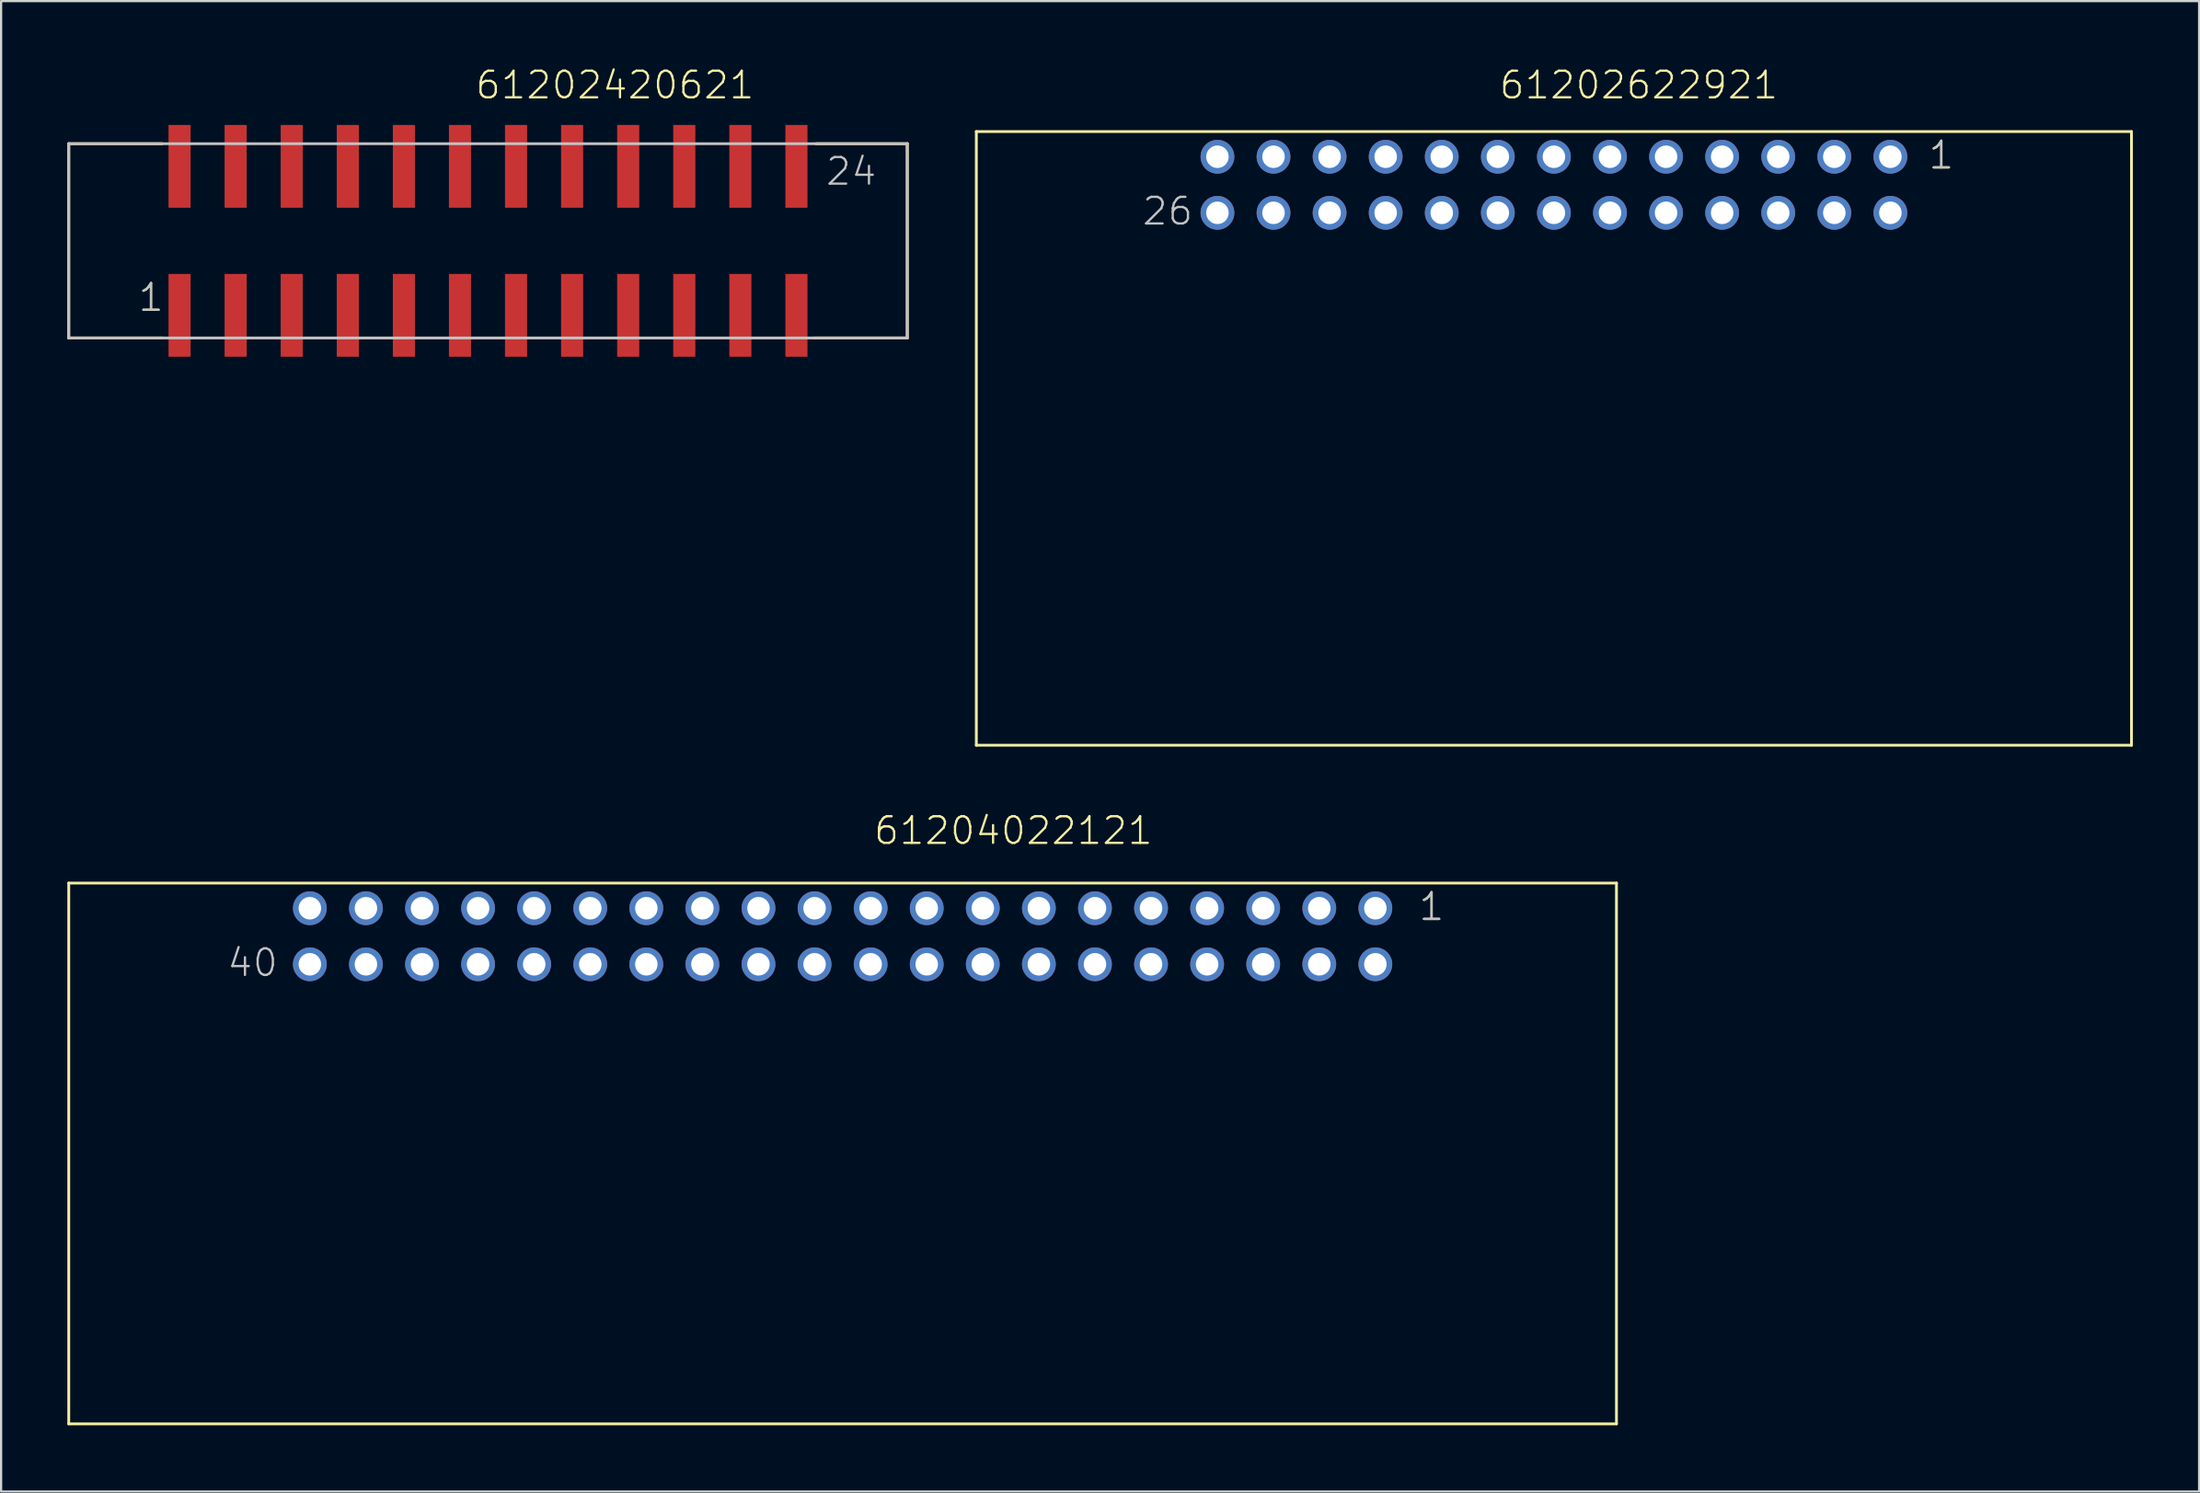
<source format=kicad_pcb>
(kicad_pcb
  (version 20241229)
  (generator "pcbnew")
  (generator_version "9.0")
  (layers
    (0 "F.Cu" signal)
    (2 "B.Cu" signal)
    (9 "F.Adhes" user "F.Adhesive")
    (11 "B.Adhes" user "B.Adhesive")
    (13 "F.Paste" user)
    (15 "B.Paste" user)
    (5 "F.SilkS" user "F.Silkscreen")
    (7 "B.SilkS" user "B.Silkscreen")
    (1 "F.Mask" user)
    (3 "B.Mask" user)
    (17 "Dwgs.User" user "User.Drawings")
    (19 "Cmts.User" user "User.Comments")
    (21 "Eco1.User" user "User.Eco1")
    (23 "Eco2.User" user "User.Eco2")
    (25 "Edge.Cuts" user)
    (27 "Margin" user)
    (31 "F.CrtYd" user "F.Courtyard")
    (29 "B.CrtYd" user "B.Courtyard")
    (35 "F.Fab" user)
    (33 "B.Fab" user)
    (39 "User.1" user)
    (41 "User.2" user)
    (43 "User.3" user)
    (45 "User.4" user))
  (footprint "61204022121"
    (layer "F.Cu")
    (at 35.114 39.366)
    (property "Reference" "61204022121" (at 1.35 -4.08 0) (layer "F.SilkS") (effects (font (size 1.206 1.206) (thickness 0.102)) (justify left bottom)))
    (attr through_hole)
    (fp_line (start -35.05 -2.41) (end -35.05 22.09) (stroke (width 0.127) (type solid)) (layer "F.SilkS"))
    (fp_line (start -35.05 -2.41) (end 35.05 -2.41) (stroke (width 0.127) (type solid)) (layer "F.SilkS"))
    (fp_line (start -35.05 22.09) (end 35.05 22.09) (stroke (width 0.127) (type solid)) (layer "F.SilkS"))
    (fp_line (start 35.05 -2.41) (end 35.05 22.09) (stroke (width 0.127) (type solid)) (layer "F.SilkS"))
    (fp_text user "1" (at 26.035 -0.635 0) (layer "F.SilkS") (effects (font (size 1.206 1.206) (thickness 0.102)) (justify left bottom)))
    (fp_text user "1" (at 26.035 -0.635 0) (layer "Dwgs.User") (effects (font (size 1.206 1.206) (thickness 0.102)) (justify left bottom)))
    (fp_text user "40" (at -27.94 1.905 0) (layer "Dwgs.User") (effects (font (size 1.206 1.206) (thickness 0.102)) (justify left bottom)))
    (pad "1" thru_hole circle (at 24.13 -1.27) (size 1.53 1.53) (drill 1.02) (layers "*.Cu" "*.Mask"))
    (pad "2" thru_hole circle (at 24.13 1.27) (size 1.53 1.53) (drill 1.02) (layers "*.Cu" "*.Mask"))
    (pad "3" thru_hole circle (at 21.59 -1.27) (size 1.53 1.53) (drill 1.02) (layers "*.Cu" "*.Mask"))
    (pad "4" thru_hole circle (at 21.59 1.27) (size 1.53 1.53) (drill 1.02) (layers "*.Cu" "*.Mask"))
    (pad "5" thru_hole circle (at 19.05 -1.27) (size 1.53 1.53) (drill 1.02) (layers "*.Cu" "*.Mask"))
    (pad "6" thru_hole circle (at 19.05 1.27) (size 1.53 1.53) (drill 1.02) (layers "*.Cu" "*.Mask"))
    (pad "7" thru_hole circle (at 16.51 -1.27) (size 1.53 1.53) (drill 1.02) (layers "*.Cu" "*.Mask"))
    (pad "8" thru_hole circle (at 16.51 1.27) (size 1.53 1.53) (drill 1.02) (layers "*.Cu" "*.Mask"))
    (pad "9" thru_hole circle (at 13.97 -1.27) (size 1.53 1.53) (drill 1.02) (layers "*.Cu" "*.Mask"))
    (pad "10" thru_hole circle (at 13.97 1.27) (size 1.53 1.53) (drill 1.02) (layers "*.Cu" "*.Mask"))
    (pad "11" thru_hole circle (at 11.43 -1.27) (size 1.53 1.53) (drill 1.02) (layers "*.Cu" "*.Mask"))
    (pad "12" thru_hole circle (at 11.43 1.27) (size 1.53 1.53) (drill 1.02) (layers "*.Cu" "*.Mask"))
    (pad "13" thru_hole circle (at 8.89 -1.27) (size 1.53 1.53) (drill 1.02) (layers "*.Cu" "*.Mask"))
    (pad "14" thru_hole circle (at 8.89 1.27) (size 1.53 1.53) (drill 1.02) (layers "*.Cu" "*.Mask"))
    (pad "15" thru_hole circle (at 6.35 -1.27) (size 1.53 1.53) (drill 1.02) (layers "*.Cu" "*.Mask"))
    (pad "16" thru_hole circle (at 6.35 1.27) (size 1.53 1.53) (drill 1.02) (layers "*.Cu" "*.Mask"))
    (pad "17" thru_hole circle (at 3.81 -1.27) (size 1.53 1.53) (drill 1.02) (layers "*.Cu" "*.Mask"))
    (pad "18" thru_hole circle (at 3.81 1.27) (size 1.53 1.53) (drill 1.02) (layers "*.Cu" "*.Mask"))
    (pad "19" thru_hole circle (at 1.27 -1.27) (size 1.53 1.53) (drill 1.02) (layers "*.Cu" "*.Mask"))
    (pad "20" thru_hole circle (at 1.27 1.27) (size 1.53 1.53) (drill 1.02) (layers "*.Cu" "*.Mask"))
    (pad "21" thru_hole circle (at -1.27 -1.27) (size 1.53 1.53) (drill 1.02) (layers "*.Cu" "*.Mask"))
    (pad "22" thru_hole circle (at -1.27 1.27) (size 1.53 1.53) (drill 1.02) (layers "*.Cu" "*.Mask"))
    (pad "23" thru_hole circle (at -3.81 -1.27) (size 1.53 1.53) (drill 1.02) (layers "*.Cu" "*.Mask"))
    (pad "24" thru_hole circle (at -3.81 1.27) (size 1.53 1.53) (drill 1.02) (layers "*.Cu" "*.Mask"))
    (pad "25" thru_hole circle (at -6.35 -1.27) (size 1.53 1.53) (drill 1.02) (layers "*.Cu" "*.Mask"))
    (pad "26" thru_hole circle (at -6.35 1.27) (size 1.53 1.53) (drill 1.02) (layers "*.Cu" "*.Mask"))
    (pad "27" thru_hole circle (at -8.89 -1.27) (size 1.53 1.53) (drill 1.02) (layers "*.Cu" "*.Mask"))
    (pad "28" thru_hole circle (at -8.89 1.27) (size 1.53 1.53) (drill 1.02) (layers "*.Cu" "*.Mask"))
    (pad "29" thru_hole circle (at -11.43 -1.27) (size 1.53 1.53) (drill 1.02) (layers "*.Cu" "*.Mask"))
    (pad "30" thru_hole circle (at -11.43 1.27) (size 1.53 1.53) (drill 1.02) (layers "*.Cu" "*.Mask"))
    (pad "31" thru_hole circle (at -13.97 -1.27) (size 1.53 1.53) (drill 1.02) (layers "*.Cu" "*.Mask"))
    (pad "32" thru_hole circle (at -13.97 1.27) (size 1.53 1.53) (drill 1.02) (layers "*.Cu" "*.Mask"))
    (pad "33" thru_hole circle (at -16.51 -1.27) (size 1.53 1.53) (drill 1.02) (layers "*.Cu" "*.Mask"))
    (pad "34" thru_hole circle (at -16.51 1.27) (size 1.53 1.53) (drill 1.02) (layers "*.Cu" "*.Mask"))
    (pad "35" thru_hole circle (at -19.05 -1.27) (size 1.53 1.53) (drill 1.02) (layers "*.Cu" "*.Mask"))
    (pad "36" thru_hole circle (at -19.05 1.27) (size 1.53 1.53) (drill 1.02) (layers "*.Cu" "*.Mask"))
    (pad "37" thru_hole circle (at -21.59 -1.27) (size 1.53 1.53) (drill 1.02) (layers "*.Cu" "*.Mask"))
    (pad "38" thru_hole circle (at -21.59 1.27) (size 1.53 1.53) (drill 1.02) (layers "*.Cu" "*.Mask"))
    (pad "39" thru_hole circle (at -24.13 -1.27) (size 1.53 1.53) (drill 1.02) (layers "*.Cu" "*.Mask"))
    (pad "40" thru_hole circle (at -24.13 1.27) (size 1.53 1.53) (drill 1.02) (layers "*.Cu" "*.Mask")))
  (footprint "61202420621"
    (layer "F.Cu")
    (at 19.053 7.861)
    (property "Reference" "61202420621" (at -0.635 -6.35 0) (layer "F.SilkS") (effects (font (size 1.206 1.206) (thickness 0.102)) (justify left bottom)))
    (attr through_hole)
    (fp_line (start -18.99 -4.4) (end -18.99 4.4) (stroke (width 0.127) (type solid)) (layer "F.SilkS"))
    (fp_line (start -18.99 4.4) (end -14.76 4.4) (stroke (width 0.127) (type solid)) (layer "F.SilkS"))
    (fp_line (start -14.76 -4.4) (end -18.99 -4.4) (stroke (width 0.127) (type solid)) (layer "F.SilkS"))
    (fp_line (start 14.86 -4.4) (end 18.99 -4.4) (stroke (width 0.127) (type solid)) (layer "F.SilkS"))
    (fp_line (start 18.99 -4.4) (end 18.99 4.4) (stroke (width 0.127) (type solid)) (layer "F.SilkS"))
    (fp_line (start 18.99 4.4) (end 14.76 4.4) (stroke (width 0.127) (type solid)) (layer "F.SilkS"))
    (fp_line (start -18.99 -4.4) (end -18.99 4.4) (stroke (width 0.127) (type solid)) (layer "Dwgs.User"))
    (fp_line (start -18.99 4.4) (end 18.99 4.4) (stroke (width 0.127) (type solid)) (layer "Dwgs.User"))
    (fp_line (start 18.99 -4.4) (end -18.99 -4.4) (stroke (width 0.127) (type solid)) (layer "Dwgs.User"))
    (fp_line (start 18.99 4.4) (end 18.99 -4.4) (stroke (width 0.127) (type solid)) (layer "Dwgs.User"))
    (fp_text user "1" (at -15.905 3.275 0) (layer "F.SilkS") (effects (font (size 1.206 1.206) (thickness 0.102)) (justify left bottom)))
    (fp_text user "24" (at 15.235 -2.44 0) (layer "Dwgs.User") (effects (font (size 1.206 1.206) (thickness 0.102)) (justify left bottom)))
    (fp_text user "1" (at -15.905 3.275 0) (layer "Dwgs.User") (effects (font (size 1.206 1.206) (thickness 0.102)) (justify left bottom)))
    (pad "1" smd rect (at -13.97 3.375 180) (size 1 3.75) (layers "F.Cu" "F.Mask" "F.Paste"))
    (pad "2" smd rect (at -13.97 -3.375 180) (size 1 3.75) (layers "F.Cu" "F.Mask" "F.Paste"))
    (pad "3" smd rect (at -11.43 3.375 180) (size 1 3.75) (layers "F.Cu" "F.Mask" "F.Paste"))
    (pad "4" smd rect (at -11.43 -3.375 180) (size 1 3.75) (layers "F.Cu" "F.Mask" "F.Paste"))
    (pad "5" smd rect (at -8.89 3.375 180) (size 1 3.75) (layers "F.Cu" "F.Mask" "F.Paste"))
    (pad "6" smd rect (at -8.89 -3.375 180) (size 1 3.75) (layers "F.Cu" "F.Mask" "F.Paste"))
    (pad "7" smd rect (at -6.35 3.375 180) (size 1 3.75) (layers "F.Cu" "F.Mask" "F.Paste"))
    (pad "8" smd rect (at -6.35 -3.375 180) (size 1 3.75) (layers "F.Cu" "F.Mask" "F.Paste"))
    (pad "9" smd rect (at -3.81 3.375 180) (size 1 3.75) (layers "F.Cu" "F.Mask" "F.Paste"))
    (pad "10" smd rect (at -3.81 -3.375 180) (size 1 3.75) (layers "F.Cu" "F.Mask" "F.Paste"))
    (pad "11" smd rect (at -1.27 3.375 180) (size 1 3.75) (layers "F.Cu" "F.Mask" "F.Paste"))
    (pad "12" smd rect (at -1.27 -3.375 180) (size 1 3.75) (layers "F.Cu" "F.Mask" "F.Paste"))
    (pad "13" smd rect (at 1.27 3.375 180) (size 1 3.75) (layers "F.Cu" "F.Mask" "F.Paste"))
    (pad "14" smd rect (at 1.27 -3.375 180) (size 1 3.75) (layers "F.Cu" "F.Mask" "F.Paste"))
    (pad "15" smd rect (at 3.81 3.375 180) (size 1 3.75) (layers "F.Cu" "F.Mask" "F.Paste"))
    (pad "16" smd rect (at 3.81 -3.375 180) (size 1 3.75) (layers "F.Cu" "F.Mask" "F.Paste"))
    (pad "17" smd rect (at 6.35 3.375 180) (size 1 3.75) (layers "F.Cu" "F.Mask" "F.Paste"))
    (pad "18" smd rect (at 6.35 -3.375 180) (size 1 3.75) (layers "F.Cu" "F.Mask" "F.Paste"))
    (pad "19" smd rect (at 8.89 3.375 180) (size 1 3.75) (layers "F.Cu" "F.Mask" "F.Paste"))
    (pad "20" smd rect (at 8.89 -3.375 180) (size 1 3.75) (layers "F.Cu" "F.Mask" "F.Paste"))
    (pad "21" smd rect (at 11.43 3.375 180) (size 1 3.75) (layers "F.Cu" "F.Mask" "F.Paste"))
    (pad "22" smd rect (at 11.43 -3.375 180) (size 1 3.75) (layers "F.Cu" "F.Mask" "F.Paste"))
    (pad "23" smd rect (at 13.97 3.375 180) (size 1 3.75) (layers "F.Cu" "F.Mask" "F.Paste"))
    (pad "24" smd rect (at 13.97 -3.375 180) (size 1 3.75) (layers "F.Cu" "F.Mask" "F.Paste")))
  (footprint "61202622921"
    (layer "F.Cu")
    (at 67.331 5.321)
    (property "Reference" "61202622921" (at -2.54 -3.81 0) (layer "F.SilkS") (effects (font (size 1.206 1.206) (thickness 0.102)) (justify left bottom)))
    (attr through_hole)
    (fp_line (start -26.16 -2.41) (end -26.16 25.39) (stroke (width 0.127) (type solid)) (layer "F.SilkS"))
    (fp_line (start -26.16 -2.41) (end 26.16 -2.41) (stroke (width 0.127) (type solid)) (layer "F.SilkS"))
    (fp_line (start -26.16 25.39) (end 26.16 25.39) (stroke (width 0.127) (type solid)) (layer "F.SilkS"))
    (fp_line (start 26.16 -2.41) (end 26.16 25.39) (stroke (width 0.127) (type solid)) (layer "F.SilkS"))
    (fp_text user "1" (at 16.905 -0.635 0) (layer "F.SilkS") (effects (font (size 1.206 1.206) (thickness 0.102)) (justify left bottom)))
    (fp_text user "26" (at -18.71 1.905 0) (layer "Dwgs.User") (effects (font (size 1.206 1.206) (thickness 0.102)) (justify left bottom)))
    (fp_text user "1" (at 16.905 -0.635 0) (layer "Dwgs.User") (effects (font (size 1.206 1.206) (thickness 0.102)) (justify left bottom)))
    (pad "1" thru_hole circle (at 15.24 -1.27) (size 1.53 1.53) (drill 1.02) (layers "*.Cu" "*.Mask"))
    (pad "2" thru_hole circle (at 15.24 1.27) (size 1.53 1.53) (drill 1.02) (layers "*.Cu" "*.Mask"))
    (pad "3" thru_hole circle (at 12.7 -1.27) (size 1.53 1.53) (drill 1.02) (layers "*.Cu" "*.Mask"))
    (pad "4" thru_hole circle (at 12.7 1.27) (size 1.53 1.53) (drill 1.02) (layers "*.Cu" "*.Mask"))
    (pad "5" thru_hole circle (at 10.16 -1.27) (size 1.53 1.53) (drill 1.02) (layers "*.Cu" "*.Mask"))
    (pad "6" thru_hole circle (at 10.16 1.27) (size 1.53 1.53) (drill 1.02) (layers "*.Cu" "*.Mask"))
    (pad "7" thru_hole circle (at 7.62 -1.27) (size 1.53 1.53) (drill 1.02) (layers "*.Cu" "*.Mask"))
    (pad "8" thru_hole circle (at 7.62 1.27) (size 1.53 1.53) (drill 1.02) (layers "*.Cu" "*.Mask"))
    (pad "9" thru_hole circle (at 5.08 -1.27) (size 1.53 1.53) (drill 1.02) (layers "*.Cu" "*.Mask"))
    (pad "10" thru_hole circle (at 5.08 1.27) (size 1.53 1.53) (drill 1.02) (layers "*.Cu" "*.Mask"))
    (pad "11" thru_hole circle (at 2.54 -1.27) (size 1.53 1.53) (drill 1.02) (layers "*.Cu" "*.Mask"))
    (pad "12" thru_hole circle (at 2.54 1.27) (size 1.53 1.53) (drill 1.02) (layers "*.Cu" "*.Mask"))
    (pad "13" thru_hole circle (at 0 -1.27) (size 1.53 1.53) (drill 1.02) (layers "*.Cu" "*.Mask"))
    (pad "14" thru_hole circle (at 0 1.27) (size 1.53 1.53) (drill 1.02) (layers "*.Cu" "*.Mask"))
    (pad "15" thru_hole circle (at -2.54 -1.27) (size 1.53 1.53) (drill 1.02) (layers "*.Cu" "*.Mask"))
    (pad "16" thru_hole circle (at -2.54 1.27) (size 1.53 1.53) (drill 1.02) (layers "*.Cu" "*.Mask"))
    (pad "17" thru_hole circle (at -5.08 -1.27) (size 1.53 1.53) (drill 1.02) (layers "*.Cu" "*.Mask"))
    (pad "18" thru_hole circle (at -5.08 1.27) (size 1.53 1.53) (drill 1.02) (layers "*.Cu" "*.Mask"))
    (pad "19" thru_hole circle (at -7.62 -1.27) (size 1.53 1.53) (drill 1.02) (layers "*.Cu" "*.Mask"))
    (pad "20" thru_hole circle (at -7.62 1.27) (size 1.53 1.53) (drill 1.02) (layers "*.Cu" "*.Mask"))
    (pad "21" thru_hole circle (at -10.16 -1.27) (size 1.53 1.53) (drill 1.02) (layers "*.Cu" "*.Mask"))
    (pad "22" thru_hole circle (at -10.16 1.27) (size 1.53 1.53) (drill 1.02) (layers "*.Cu" "*.Mask"))
    (pad "23" thru_hole circle (at -12.7 -1.27) (size 1.53 1.53) (drill 1.02) (layers "*.Cu" "*.Mask"))
    (pad "24" thru_hole circle (at -12.7 1.27) (size 1.53 1.53) (drill 1.02) (layers "*.Cu" "*.Mask"))
    (pad "25" thru_hole circle (at -15.24 -1.27) (size 1.53 1.53) (drill 1.02) (layers "*.Cu" "*.Mask"))
    (pad "26" thru_hole circle (at -15.24 1.27) (size 1.53 1.53) (drill 1.02) (layers "*.Cu" "*.Mask")))
  (gr_rect
    (start -3 -3)
    (end 96.554 64.52)
    (stroke (width 0.1) (type default))
    (fill no)
    (layer "Edge.Cuts")))
</source>
